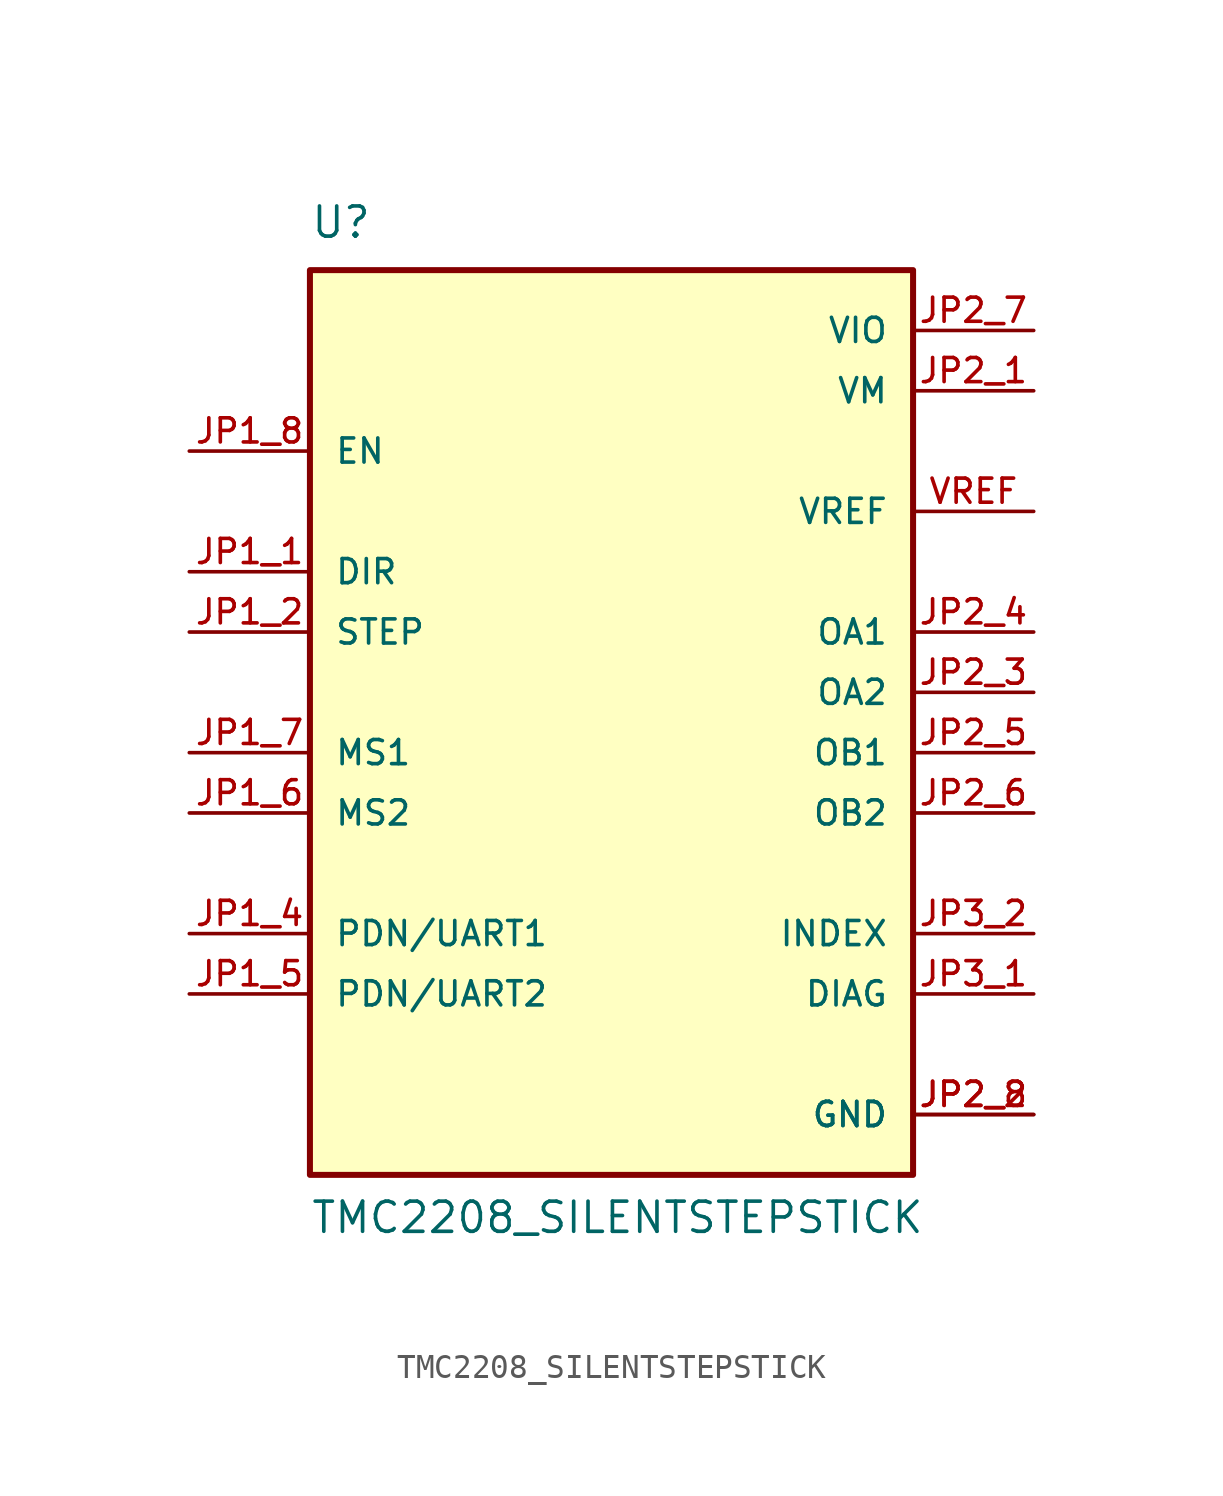
<source format=kicad_sym>
(kicad_symbol_lib
  (version 20220914)
  (generator kicad_symbol_editor)
  (symbol "TMC2208_SILENTSTEPSTICK"
    (pin_names
      (offset 1.016))
    (property "Reference" "U"
      (at -12.7 19.05 0)
      (effects (font (size 1.27 1.27)) (justify left bottom)))
    (property "Value" "TMC2208_SILENTSTEPSTICK"
      (at -12.7 -22.86 0)
      (effects (font (size 1.27 1.27)) (justify left bottom)))
    (symbol "TMC2208_SILENTSTEPSTICK_0_0"
      (rectangle (start -12.7 -20.32) (end 12.7 17.78) (stroke (width 0.254) (type default)) (fill (type background)))
      (pin input line (at -17.78 5.08 0) (length 5.08) (name "DIR" (effects (font (size 1.016 1.016)))) (number "JP1_1" (effects (font (size 1.016 1.016)))))
      (pin input line (at -17.78 2.54 0) (length 5.08) (name "STEP" (effects (font (size 1.016 1.016)))) (number "JP1_2" (effects (font (size 1.016 1.016)))))
      (pin bidirectional line (at -17.78 -10.16 0) (length 5.08) (name "PDN/UART1" (effects (font (size 1.016 1.016)))) (number "JP1_4" (effects (font (size 1.016 1.016)))))
      (pin bidirectional line (at -17.78 -12.7 0) (length 5.08) (name "PDN/UART2" (effects (font (size 1.016 1.016)))) (number "JP1_5" (effects (font (size 1.016 1.016)))))
      (pin input line (at -17.78 -5.08 0) (length 5.08) (name "MS2" (effects (font (size 1.016 1.016)))) (number "JP1_6" (effects (font (size 1.016 1.016)))))
      (pin input line (at -17.78 -2.54 0) (length 5.08) (name "MS1" (effects (font (size 1.016 1.016)))) (number "JP1_7" (effects (font (size 1.016 1.016)))))
      (pin input line (at -17.78 10.16 0) (length 5.08) (name "EN" (effects (font (size 1.016 1.016)))) (number "JP1_8" (effects (font (size 1.016 1.016)))))
      (pin power_in line (at 17.78 12.7 180) (length 5.08) (name "VM" (effects (font (size 1.016 1.016)))) (number "JP2_1" (effects (font (size 1.016 1.016)))))
      (pin power_in line (at 17.78 -17.78 180) (length 5.08) (name "GND" (effects (font (size 1.016 1.016)))) (number "JP2_2" (effects (font (size 1.016 1.016)))))
      (pin passive line (at 17.78 0 180) (length 5.08) (name "OA2" (effects (font (size 1.016 1.016)))) (number "JP2_3" (effects (font (size 1.016 1.016)))))
      (pin passive line (at 17.78 2.54 180) (length 5.08) (name "OA1" (effects (font (size 1.016 1.016)))) (number "JP2_4" (effects (font (size 1.016 1.016)))))
      (pin passive line (at 17.78 -2.54 180) (length 5.08) (name "OB1" (effects (font (size 1.016 1.016)))) (number "JP2_5" (effects (font (size 1.016 1.016)))))
      (pin passive line (at 17.78 -5.08 180) (length 5.08) (name "OB2" (effects (font (size 1.016 1.016)))) (number "JP2_6" (effects (font (size 1.016 1.016)))))
      (pin power_in line (at 17.78 15.24 180) (length 5.08) (name "VIO" (effects (font (size 1.016 1.016)))) (number "JP2_7" (effects (font (size 1.016 1.016)))))
      (pin power_in line (at 17.78 -17.78 180) (length 5.08) (name "GND" (effects (font (size 1.016 1.016)))) (number "JP2_8" (effects (font (size 1.016 1.016)))))
      (pin output line (at 17.78 -12.7 180) (length 5.08) (name "DIAG" (effects (font (size 1.016 1.016)))) (number "JP3_1" (effects (font (size 1.016 1.016)))))
      (pin output line (at 17.78 -10.16 180) (length 5.08) (name "INDEX" (effects (font (size 1.016 1.016)))) (number "JP3_2" (effects (font (size 1.016 1.016)))))
      (pin passive line (at 17.78 7.62 180) (length 5.08) (name "VREF" (effects (font (size 1.016 1.016)))) (number "VREF" (effects (font (size 1.016 1.016))))))))
</source>
